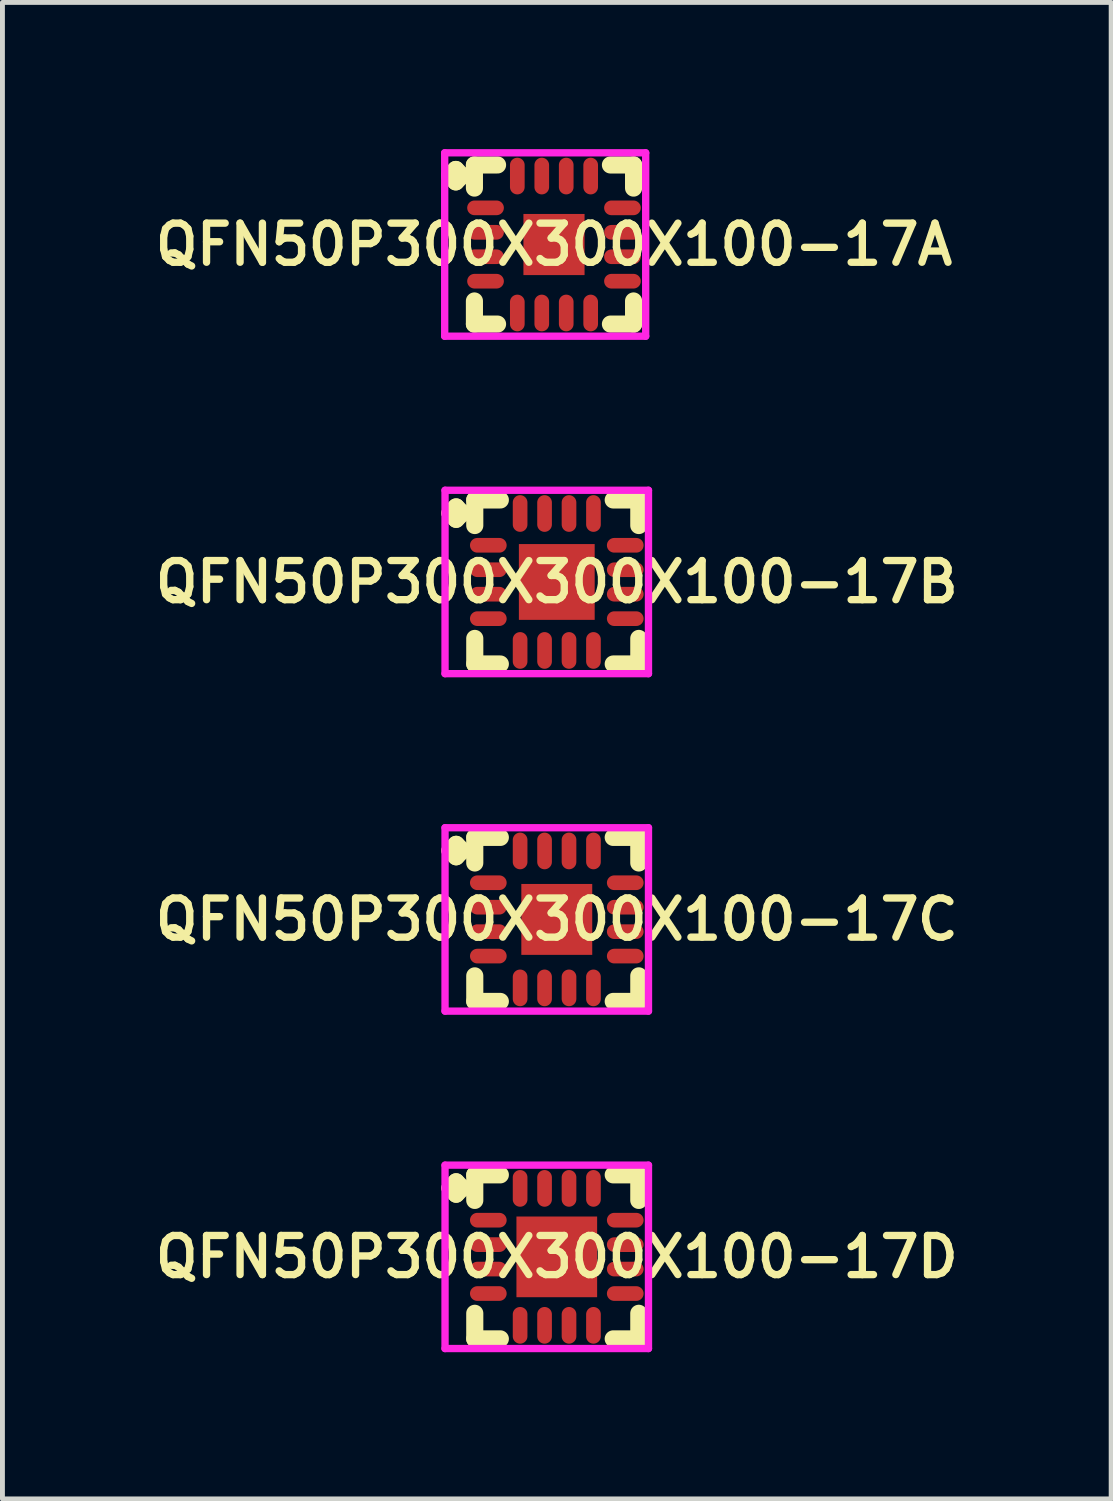
<source format=kicad_pcb>
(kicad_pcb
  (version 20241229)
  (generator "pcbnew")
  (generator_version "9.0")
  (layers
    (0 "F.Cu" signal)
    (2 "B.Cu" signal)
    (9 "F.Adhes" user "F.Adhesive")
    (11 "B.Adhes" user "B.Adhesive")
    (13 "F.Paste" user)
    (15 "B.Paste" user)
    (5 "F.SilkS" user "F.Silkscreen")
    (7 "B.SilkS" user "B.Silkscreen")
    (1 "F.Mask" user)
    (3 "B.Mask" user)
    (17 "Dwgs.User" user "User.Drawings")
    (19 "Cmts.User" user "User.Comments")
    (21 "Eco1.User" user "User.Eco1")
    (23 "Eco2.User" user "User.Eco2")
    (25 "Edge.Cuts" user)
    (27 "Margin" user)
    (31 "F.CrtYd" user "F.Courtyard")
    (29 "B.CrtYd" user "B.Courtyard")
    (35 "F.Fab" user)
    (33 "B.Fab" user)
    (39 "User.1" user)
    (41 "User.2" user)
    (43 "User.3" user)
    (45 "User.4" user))
  (footprint "QFN50P300X300X100-17B"
    (layer "F.Cu")
    (at 8.335 8.85)
    (property "Reference" "QFN50P300X300X100-17B" (at 0 0 0) (layer "F.SilkS") (effects (font (size 0.8 0.8) (thickness 0.15))))
    (attr smd)
    (fp_line (start -2.185 -1.408) (end -2.058 -1.535) (stroke (width 0.35) (type solid)) (layer "F.SilkS"))
    (fp_line (start -2.058 -1.535) (end -1.931 -1.408) (stroke (width 0.35) (type solid)) (layer "F.SilkS"))
    (fp_line (start -2.058 -1.281) (end -2.185 -1.408) (stroke (width 0.35) (type solid)) (layer "F.SilkS"))
    (fp_line (start -1.931 -1.408) (end -2.058 -1.281) (stroke (width 0.35) (type solid)) (layer "F.SilkS"))
    (fp_line (start -1.677 -1.677) (end -1.154 -1.677) (stroke (width 0.35) (type solid)) (layer "F.SilkS"))
    (fp_line (start -1.677 -1.154) (end -1.677 -1.677) (stroke (width 0.35) (type solid)) (layer "F.SilkS"))
    (fp_line (start -1.677 1.154) (end -1.677 1.677) (stroke (width 0.35) (type solid)) (layer "F.SilkS"))
    (fp_line (start -1.677 1.677) (end -1.154 1.677) (stroke (width 0.35) (type solid)) (layer "F.SilkS"))
    (fp_line (start 1.154 -1.677) (end 1.677 -1.677) (stroke (width 0.35) (type solid)) (layer "F.SilkS"))
    (fp_line (start 1.154 1.677) (end 1.677 1.677) (stroke (width 0.35) (type solid)) (layer "F.SilkS"))
    (fp_line (start 1.677 -1.677) (end 1.677 -1.154) (stroke (width 0.35) (type solid)) (layer "F.SilkS"))
    (fp_line (start 1.677 1.677) (end 1.677 1.154) (stroke (width 0.35) (type solid)) (layer "F.SilkS"))
    (fp_line (start -2.285 -1.875) (end 1.875 -1.875) (stroke (width 0.15) (type solid)) (layer "F.CrtYd"))
    (fp_line (start -2.285 1.875) (end -2.285 -1.875) (stroke (width 0.15) (type solid)) (layer "F.CrtYd"))
    (fp_line (start 1.875 -1.875) (end 1.875 1.875) (stroke (width 0.15) (type solid)) (layer "F.CrtYd"))
    (fp_line (start 1.875 1.875) (end -2.285 1.875) (stroke (width 0.15) (type solid)) (layer "F.CrtYd"))
    (pad "1" smd oval (at -1.4 -0.75) (size 0.75 0.3) (layers "F.Cu" "F.Mask" "F.Paste"))
    (pad "2" smd oval (at -1.4 -0.25) (size 0.75 0.3) (layers "F.Cu" "F.Mask" "F.Paste"))
    (pad "3" smd oval (at -1.4 0.25) (size 0.75 0.3) (layers "F.Cu" "F.Mask" "F.Paste"))
    (pad "4" smd oval (at -1.4 0.75) (size 0.75 0.3) (layers "F.Cu" "F.Mask" "F.Paste"))
    (pad "5" smd oval (at -0.75 1.4) (size 0.3 0.75) (layers "F.Cu" "F.Mask" "F.Paste"))
    (pad "6" smd oval (at -0.25 1.4) (size 0.3 0.75) (layers "F.Cu" "F.Mask" "F.Paste"))
    (pad "7" smd oval (at 0.25 1.4) (size 0.3 0.75) (layers "F.Cu" "F.Mask" "F.Paste"))
    (pad "8" smd oval (at 0.75 1.4) (size 0.3 0.75) (layers "F.Cu" "F.Mask" "F.Paste"))
    (pad "9" smd oval (at 1.4 0.75) (size 0.75 0.3) (layers "F.Cu" "F.Mask" "F.Paste"))
    (pad "10" smd oval (at 1.4 0.25) (size 0.75 0.3) (layers "F.Cu" "F.Mask" "F.Paste"))
    (pad "11" smd oval (at 1.4 -0.25) (size 0.75 0.3) (layers "F.Cu" "F.Mask" "F.Paste"))
    (pad "12" smd oval (at 1.4 -0.75) (size 0.75 0.3) (layers "F.Cu" "F.Mask" "F.Paste"))
    (pad "13" smd oval (at 0.75 -1.4) (size 0.3 0.75) (layers "F.Cu" "F.Mask" "F.Paste"))
    (pad "14" smd oval (at 0.25 -1.4) (size 0.3 0.75) (layers "F.Cu" "F.Mask" "F.Paste"))
    (pad "15" smd oval (at -0.25 -1.4) (size 0.3 0.75) (layers "F.Cu" "F.Mask" "F.Paste"))
    (pad "16" smd oval (at -0.75 -1.4) (size 0.3 0.75) (layers "F.Cu" "F.Mask" "F.Paste"))
    (pad "17" smd rect (at 0 0) (size 1.55 1.55) (layers "F.Cu" "F.Mask" "F.Paste")))
  (footprint "QFN50P300X300X100-17D"
    (layer "F.Cu")
    (at 8.335 22.65)
    (property "Reference" "QFN50P300X300X100-17D" (at 0 0 0) (layer "F.SilkS") (effects (font (size 0.8 0.8) (thickness 0.15))))
    (attr smd)
    (fp_line (start -2.185 -1.408) (end -2.058 -1.535) (stroke (width 0.35) (type solid)) (layer "F.SilkS"))
    (fp_line (start -2.058 -1.535) (end -1.931 -1.408) (stroke (width 0.35) (type solid)) (layer "F.SilkS"))
    (fp_line (start -2.058 -1.281) (end -2.185 -1.408) (stroke (width 0.35) (type solid)) (layer "F.SilkS"))
    (fp_line (start -1.931 -1.408) (end -2.058 -1.281) (stroke (width 0.35) (type solid)) (layer "F.SilkS"))
    (fp_line (start -1.677 -1.677) (end -1.154 -1.677) (stroke (width 0.35) (type solid)) (layer "F.SilkS"))
    (fp_line (start -1.677 -1.154) (end -1.677 -1.677) (stroke (width 0.35) (type solid)) (layer "F.SilkS"))
    (fp_line (start -1.677 1.154) (end -1.677 1.677) (stroke (width 0.35) (type solid)) (layer "F.SilkS"))
    (fp_line (start -1.677 1.677) (end -1.154 1.677) (stroke (width 0.35) (type solid)) (layer "F.SilkS"))
    (fp_line (start 1.154 -1.677) (end 1.677 -1.677) (stroke (width 0.35) (type solid)) (layer "F.SilkS"))
    (fp_line (start 1.154 1.677) (end 1.677 1.677) (stroke (width 0.35) (type solid)) (layer "F.SilkS"))
    (fp_line (start 1.677 -1.677) (end 1.677 -1.154) (stroke (width 0.35) (type solid)) (layer "F.SilkS"))
    (fp_line (start 1.677 1.677) (end 1.677 1.154) (stroke (width 0.35) (type solid)) (layer "F.SilkS"))
    (fp_line (start -2.285 -1.875) (end 1.875 -1.875) (stroke (width 0.15) (type solid)) (layer "F.CrtYd"))
    (fp_line (start -2.285 1.875) (end -2.285 -1.875) (stroke (width 0.15) (type solid)) (layer "F.CrtYd"))
    (fp_line (start 1.875 -1.875) (end 1.875 1.875) (stroke (width 0.15) (type solid)) (layer "F.CrtYd"))
    (fp_line (start 1.875 1.875) (end -2.285 1.875) (stroke (width 0.15) (type solid)) (layer "F.CrtYd"))
    (pad "1" smd oval (at -1.4 -0.75) (size 0.75 0.3) (layers "F.Cu" "F.Mask" "F.Paste"))
    (pad "2" smd oval (at -1.4 -0.25) (size 0.75 0.3) (layers "F.Cu" "F.Mask" "F.Paste"))
    (pad "3" smd oval (at -1.4 0.25) (size 0.75 0.3) (layers "F.Cu" "F.Mask" "F.Paste"))
    (pad "4" smd oval (at -1.4 0.75) (size 0.75 0.3) (layers "F.Cu" "F.Mask" "F.Paste"))
    (pad "5" smd oval (at -0.75 1.4) (size 0.3 0.75) (layers "F.Cu" "F.Mask" "F.Paste"))
    (pad "6" smd oval (at -0.25 1.4) (size 0.3 0.75) (layers "F.Cu" "F.Mask" "F.Paste"))
    (pad "7" smd oval (at 0.25 1.4) (size 0.3 0.75) (layers "F.Cu" "F.Mask" "F.Paste"))
    (pad "8" smd oval (at 0.75 1.4) (size 0.3 0.75) (layers "F.Cu" "F.Mask" "F.Paste"))
    (pad "9" smd oval (at 1.4 0.75) (size 0.75 0.3) (layers "F.Cu" "F.Mask" "F.Paste"))
    (pad "10" smd oval (at 1.4 0.25) (size 0.75 0.3) (layers "F.Cu" "F.Mask" "F.Paste"))
    (pad "11" smd oval (at 1.4 -0.25) (size 0.75 0.3) (layers "F.Cu" "F.Mask" "F.Paste"))
    (pad "12" smd oval (at 1.4 -0.75) (size 0.75 0.3) (layers "F.Cu" "F.Mask" "F.Paste"))
    (pad "13" smd oval (at 0.75 -1.4) (size 0.3 0.75) (layers "F.Cu" "F.Mask" "F.Paste"))
    (pad "14" smd oval (at 0.25 -1.4) (size 0.3 0.75) (layers "F.Cu" "F.Mask" "F.Paste"))
    (pad "15" smd oval (at -0.25 -1.4) (size 0.3 0.75) (layers "F.Cu" "F.Mask" "F.Paste"))
    (pad "16" smd oval (at -0.75 -1.4) (size 0.3 0.75) (layers "F.Cu" "F.Mask" "F.Paste"))
    (pad "17" smd rect (at 0 0) (size 1.65 1.65) (layers "F.Cu" "F.Mask" "F.Paste")))
  (footprint "QFN50P300X300X100-17C"
    (layer "F.Cu")
    (at 8.335 15.75)
    (property "Reference" "QFN50P300X300X100-17C" (at 0 0 0) (layer "F.SilkS") (effects (font (size 0.8 0.8) (thickness 0.15))))
    (attr smd)
    (fp_line (start -2.185 -1.408) (end -2.058 -1.535) (stroke (width 0.35) (type solid)) (layer "F.SilkS"))
    (fp_line (start -2.058 -1.535) (end -1.931 -1.408) (stroke (width 0.35) (type solid)) (layer "F.SilkS"))
    (fp_line (start -2.058 -1.281) (end -2.185 -1.408) (stroke (width 0.35) (type solid)) (layer "F.SilkS"))
    (fp_line (start -1.931 -1.408) (end -2.058 -1.281) (stroke (width 0.35) (type solid)) (layer "F.SilkS"))
    (fp_line (start -1.677 -1.677) (end -1.154 -1.677) (stroke (width 0.35) (type solid)) (layer "F.SilkS"))
    (fp_line (start -1.677 -1.154) (end -1.677 -1.677) (stroke (width 0.35) (type solid)) (layer "F.SilkS"))
    (fp_line (start -1.677 1.154) (end -1.677 1.677) (stroke (width 0.35) (type solid)) (layer "F.SilkS"))
    (fp_line (start -1.677 1.677) (end -1.154 1.677) (stroke (width 0.35) (type solid)) (layer "F.SilkS"))
    (fp_line (start 1.154 -1.677) (end 1.677 -1.677) (stroke (width 0.35) (type solid)) (layer "F.SilkS"))
    (fp_line (start 1.154 1.677) (end 1.677 1.677) (stroke (width 0.35) (type solid)) (layer "F.SilkS"))
    (fp_line (start 1.677 -1.677) (end 1.677 -1.154) (stroke (width 0.35) (type solid)) (layer "F.SilkS"))
    (fp_line (start 1.677 1.677) (end 1.677 1.154) (stroke (width 0.35) (type solid)) (layer "F.SilkS"))
    (fp_line (start -2.285 -1.875) (end 1.875 -1.875) (stroke (width 0.15) (type solid)) (layer "F.CrtYd"))
    (fp_line (start -2.285 1.875) (end -2.285 -1.875) (stroke (width 0.15) (type solid)) (layer "F.CrtYd"))
    (fp_line (start 1.875 -1.875) (end 1.875 1.875) (stroke (width 0.15) (type solid)) (layer "F.CrtYd"))
    (fp_line (start 1.875 1.875) (end -2.285 1.875) (stroke (width 0.15) (type solid)) (layer "F.CrtYd"))
    (pad "1" smd oval (at -1.4 -0.75) (size 0.75 0.3) (layers "F.Cu" "F.Mask" "F.Paste"))
    (pad "2" smd oval (at -1.4 -0.25) (size 0.75 0.3) (layers "F.Cu" "F.Mask" "F.Paste"))
    (pad "3" smd oval (at -1.4 0.25) (size 0.75 0.3) (layers "F.Cu" "F.Mask" "F.Paste"))
    (pad "4" smd oval (at -1.4 0.75) (size 0.75 0.3) (layers "F.Cu" "F.Mask" "F.Paste"))
    (pad "5" smd oval (at -0.75 1.4) (size 0.3 0.75) (layers "F.Cu" "F.Mask" "F.Paste"))
    (pad "6" smd oval (at -0.25 1.4) (size 0.3 0.75) (layers "F.Cu" "F.Mask" "F.Paste"))
    (pad "7" smd oval (at 0.25 1.4) (size 0.3 0.75) (layers "F.Cu" "F.Mask" "F.Paste"))
    (pad "8" smd oval (at 0.75 1.4) (size 0.3 0.75) (layers "F.Cu" "F.Mask" "F.Paste"))
    (pad "9" smd oval (at 1.4 0.75) (size 0.75 0.3) (layers "F.Cu" "F.Mask" "F.Paste"))
    (pad "10" smd oval (at 1.4 0.25) (size 0.75 0.3) (layers "F.Cu" "F.Mask" "F.Paste"))
    (pad "11" smd oval (at 1.4 -0.25) (size 0.75 0.3) (layers "F.Cu" "F.Mask" "F.Paste"))
    (pad "12" smd oval (at 1.4 -0.75) (size 0.75 0.3) (layers "F.Cu" "F.Mask" "F.Paste"))
    (pad "13" smd oval (at 0.75 -1.4) (size 0.3 0.75) (layers "F.Cu" "F.Mask" "F.Paste"))
    (pad "14" smd oval (at 0.25 -1.4) (size 0.3 0.75) (layers "F.Cu" "F.Mask" "F.Paste"))
    (pad "15" smd oval (at -0.25 -1.4) (size 0.3 0.75) (layers "F.Cu" "F.Mask" "F.Paste"))
    (pad "16" smd oval (at -0.75 -1.4) (size 0.3 0.75) (layers "F.Cu" "F.Mask" "F.Paste"))
    (pad "17" smd rect (at 0 0) (size 1.45 1.45) (layers "F.Cu" "F.Mask" "F.Paste")))
  (footprint "QFN50P300X300X100-17A"
    (layer "F.Cu")
    (at 8.278 1.95)
    (property "Reference" "QFN50P300X300X100-17A" (at 0 0 0) (layer "F.SilkS") (effects (font (size 0.8 0.8) (thickness 0.15))))
    (attr smd)
    (fp_line (start -2.135 -1.408) (end -2.008 -1.535) (stroke (width 0.35) (type solid)) (layer "F.SilkS"))
    (fp_line (start -2.008 -1.535) (end -1.881 -1.408) (stroke (width 0.35) (type solid)) (layer "F.SilkS"))
    (fp_line (start -2.008 -1.281) (end -2.135 -1.408) (stroke (width 0.35) (type solid)) (layer "F.SilkS"))
    (fp_line (start -1.881 -1.408) (end -2.008 -1.281) (stroke (width 0.35) (type solid)) (layer "F.SilkS"))
    (fp_line (start -1.627 -1.627) (end -1.154 -1.627) (stroke (width 0.35) (type solid)) (layer "F.SilkS"))
    (fp_line (start -1.627 -1.154) (end -1.627 -1.627) (stroke (width 0.35) (type solid)) (layer "F.SilkS"))
    (fp_line (start -1.627 1.154) (end -1.627 1.627) (stroke (width 0.35) (type solid)) (layer "F.SilkS"))
    (fp_line (start -1.627 1.627) (end -1.154 1.627) (stroke (width 0.35) (type solid)) (layer "F.SilkS"))
    (fp_line (start 1.154 -1.627) (end 1.627 -1.627) (stroke (width 0.35) (type solid)) (layer "F.SilkS"))
    (fp_line (start 1.154 1.627) (end 1.627 1.627) (stroke (width 0.35) (type solid)) (layer "F.SilkS"))
    (fp_line (start 1.627 -1.627) (end 1.627 -1.154) (stroke (width 0.35) (type solid)) (layer "F.SilkS"))
    (fp_line (start 1.627 1.627) (end 1.627 1.154) (stroke (width 0.35) (type solid)) (layer "F.SilkS"))
    (fp_line (start -2.235 -1.875) (end 1.875 -1.875) (stroke (width 0.15) (type solid)) (layer "F.CrtYd"))
    (fp_line (start -2.235 1.875) (end -2.235 -1.875) (stroke (width 0.15) (type solid)) (layer "F.CrtYd"))
    (fp_line (start 1.875 -1.875) (end 1.875 1.875) (stroke (width 0.15) (type solid)) (layer "F.CrtYd"))
    (fp_line (start 1.875 1.875) (end -2.235 1.875) (stroke (width 0.15) (type solid)) (layer "F.CrtYd"))
    (pad "1" smd oval (at -1.4 -0.75) (size 0.75 0.3) (layers "F.Cu" "F.Mask" "F.Paste"))
    (pad "2" smd oval (at -1.4 -0.25) (size 0.75 0.3) (layers "F.Cu" "F.Mask" "F.Paste"))
    (pad "3" smd oval (at -1.4 0.25) (size 0.75 0.3) (layers "F.Cu" "F.Mask" "F.Paste"))
    (pad "4" smd oval (at -1.4 0.75) (size 0.75 0.3) (layers "F.Cu" "F.Mask" "F.Paste"))
    (pad "5" smd oval (at -0.75 1.4) (size 0.3 0.75) (layers "F.Cu" "F.Mask" "F.Paste"))
    (pad "6" smd oval (at -0.25 1.4) (size 0.3 0.75) (layers "F.Cu" "F.Mask" "F.Paste"))
    (pad "7" smd oval (at 0.25 1.4) (size 0.3 0.75) (layers "F.Cu" "F.Mask" "F.Paste"))
    (pad "8" smd oval (at 0.75 1.4) (size 0.3 0.75) (layers "F.Cu" "F.Mask" "F.Paste"))
    (pad "9" smd oval (at 1.4 0.75) (size 0.75 0.3) (layers "F.Cu" "F.Mask" "F.Paste"))
    (pad "10" smd oval (at 1.4 0.25) (size 0.75 0.3) (layers "F.Cu" "F.Mask" "F.Paste"))
    (pad "11" smd oval (at 1.4 -0.25) (size 0.75 0.3) (layers "F.Cu" "F.Mask" "F.Paste"))
    (pad "12" smd oval (at 1.4 -0.75) (size 0.75 0.3) (layers "F.Cu" "F.Mask" "F.Paste"))
    (pad "13" smd oval (at 0.75 -1.4) (size 0.3 0.75) (layers "F.Cu" "F.Mask" "F.Paste"))
    (pad "14" smd oval (at 0.25 -1.4) (size 0.3 0.75) (layers "F.Cu" "F.Mask" "F.Paste"))
    (pad "15" smd oval (at -0.25 -1.4) (size 0.3 0.75) (layers "F.Cu" "F.Mask" "F.Paste"))
    (pad "16" smd oval (at -0.75 -1.4) (size 0.3 0.75) (layers "F.Cu" "F.Mask" "F.Paste"))
    (pad "17" smd rect (at 0 0) (size 1.25 1.25) (layers "F.Cu" "F.Mask" "F.Paste")))
  (gr_rect
    (start -3 -3)
    (end 19.671 27.6)
    (stroke (width 0.1) (type default))
    (fill no)
    (layer "Edge.Cuts")))
</source>
